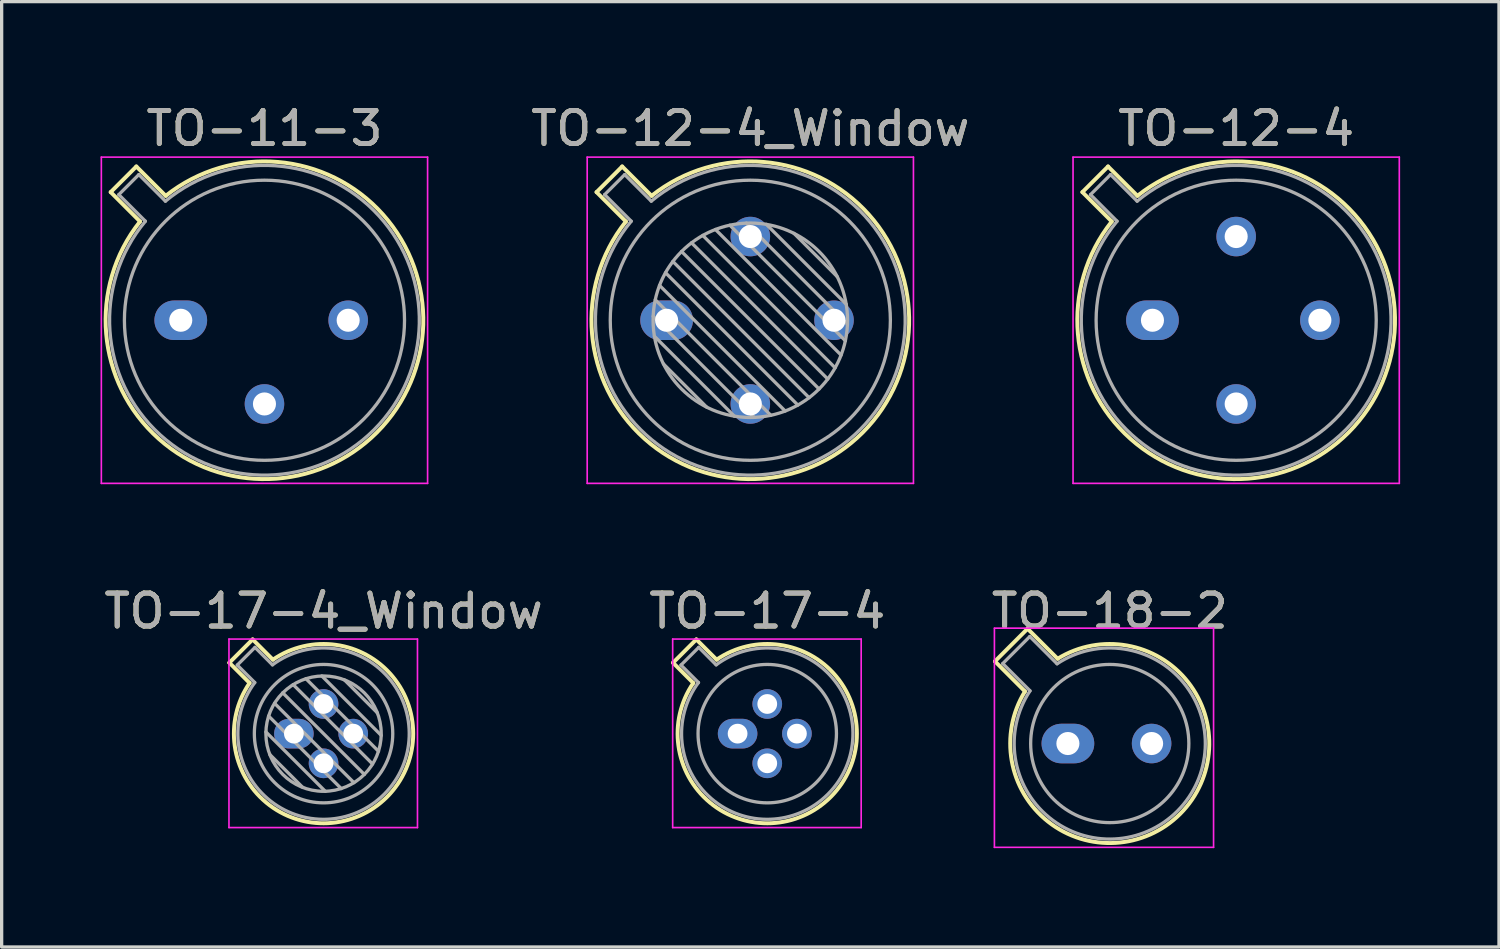
<source format=kicad_pcb>
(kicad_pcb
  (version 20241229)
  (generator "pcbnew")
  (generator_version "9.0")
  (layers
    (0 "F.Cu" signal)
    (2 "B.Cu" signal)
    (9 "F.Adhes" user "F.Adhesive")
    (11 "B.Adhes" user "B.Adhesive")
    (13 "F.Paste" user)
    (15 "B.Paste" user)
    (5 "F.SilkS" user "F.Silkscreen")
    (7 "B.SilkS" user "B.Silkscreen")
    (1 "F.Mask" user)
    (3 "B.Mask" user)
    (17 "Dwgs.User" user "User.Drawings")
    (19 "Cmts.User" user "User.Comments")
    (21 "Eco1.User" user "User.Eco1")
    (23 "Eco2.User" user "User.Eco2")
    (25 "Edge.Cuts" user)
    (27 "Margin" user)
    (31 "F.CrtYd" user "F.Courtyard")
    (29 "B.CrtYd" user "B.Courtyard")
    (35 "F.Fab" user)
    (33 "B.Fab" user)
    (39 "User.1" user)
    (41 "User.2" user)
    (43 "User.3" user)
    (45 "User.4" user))
  (footprint "TO-11-3"
    (layer "F.Cu")
    (at 2.435 6.668)
    (property "Reference" "TO-11-3" (at 2.54 -5.82 0) (layer "F.SilkS") (effects (font (size 1 1) (thickness 0.15))))
    (attr through_hole)
    (fp_line (start -2.126 -3.888) (end -1.235 -2.997) (stroke (width 0.12) (type solid)) (layer "F.SilkS"))
    (fp_line (start -1.348 -4.666) (end -2.126 -3.888) (stroke (width 0.12) (type solid)) (layer "F.SilkS"))
    (fp_line (start -0.457 -3.775) (end -1.348 -4.666) (stroke (width 0.12) (type solid)) (layer "F.SilkS"))
    (fp_arc (start -0.457084 -3.774902) (mid 5.948125 3.408384) (end -1.234674 -2.997371) (stroke (width 0.12) (type solid)) (layer "F.SilkS"))
    (fp_line (start -2.41 -4.95) (end -2.41 4.95) (stroke (width 0.05) (type solid)) (layer "F.CrtYd"))
    (fp_line (start -2.41 4.95) (end 7.49 4.95) (stroke (width 0.05) (type solid)) (layer "F.CrtYd"))
    (fp_line (start 7.49 -4.95) (end -2.41 -4.95) (stroke (width 0.05) (type solid)) (layer "F.CrtYd"))
    (fp_line (start 7.49 4.95) (end 7.49 -4.95) (stroke (width 0.05) (type solid)) (layer "F.CrtYd"))
    (fp_line (start -1.88 -3.812) (end -1.074 -3.005) (stroke (width 0.1) (type solid)) (layer "F.Fab"))
    (fp_line (start -1.272 -4.42) (end -1.88 -3.812) (stroke (width 0.1) (type solid)) (layer "F.Fab"))
    (fp_line (start -0.465 -3.614) (end -1.272 -4.42) (stroke (width 0.1) (type solid)) (layer "F.Fab"))
    (fp_arc (start -0.465408 -3.61352) (mid 5.863443 3.323361) (end -1.073594 -3.005319) (stroke (width 0.1) (type solid)) (layer "F.Fab"))
    (fp_circle (center 2.54 0) (end 6.79 0) (stroke (width 0.1) (type solid)) (fill no) (layer "F.Fab"))
    (fp_text user "${REFERENCE}" (at 2.54 -5.82 0) (layer "F.Fab") (effects (font (size 1 1) (thickness 0.15))))
    (pad "1" thru_hole oval (at 0 0) (size 1.6 1.2) (drill 0.7) (layers "*.Cu" "*.Mask"))
    (pad "2" thru_hole oval (at 2.54 2.54) (size 1.2 1.2) (drill 0.7) (layers "*.Cu" "*.Mask"))
    (pad "3" thru_hole oval (at 5.08 0) (size 1.2 1.2) (drill 0.7) (layers "*.Cu" "*.Mask")))
  (footprint "TO-12-4_Window"
    (layer "F.Cu")
    (at 17.178 6.668)
    (property "Reference" "TO-12-4_Window" (at 2.54 -5.82 0) (layer "F.SilkS") (effects (font (size 1 1) (thickness 0.15))))
    (attr through_hole)
    (fp_line (start -2.126 -3.888) (end -1.235 -2.997) (stroke (width 0.12) (type solid)) (layer "F.SilkS"))
    (fp_line (start -1.348 -4.666) (end -2.126 -3.888) (stroke (width 0.12) (type solid)) (layer "F.SilkS"))
    (fp_line (start -0.457 -3.775) (end -1.348 -4.666) (stroke (width 0.12) (type solid)) (layer "F.SilkS"))
    (fp_arc (start -0.457084 -3.774902) (mid 5.948125 3.408384) (end -1.234674 -2.997371) (stroke (width 0.12) (type solid)) (layer "F.SilkS"))
    (fp_line (start -2.41 -4.95) (end -2.41 4.95) (stroke (width 0.05) (type solid)) (layer "F.CrtYd"))
    (fp_line (start -2.41 4.95) (end 7.49 4.95) (stroke (width 0.05) (type solid)) (layer "F.CrtYd"))
    (fp_line (start 7.49 -4.95) (end -2.41 -4.95) (stroke (width 0.05) (type solid)) (layer "F.CrtYd"))
    (fp_line (start 7.49 4.95) (end 7.49 -4.95) (stroke (width 0.05) (type solid)) (layer "F.CrtYd"))
    (fp_line (start -1.88 -3.812) (end -1.074 -3.005) (stroke (width 0.1) (type solid)) (layer "F.Fab"))
    (fp_line (start -1.272 -4.42) (end -1.88 -3.812) (stroke (width 0.1) (type solid)) (layer "F.Fab"))
    (fp_line (start -0.465 -3.614) (end -1.272 -4.42) (stroke (width 0.1) (type solid)) (layer "F.Fab"))
    (fp_line (start -0.408 -0.12) (end 2.66 2.948) (stroke (width 0.1) (type solid)) (layer "F.Fab"))
    (fp_line (start -0.371 0.485) (end 2.055 2.911) (stroke (width 0.1) (type solid)) (layer "F.Fab"))
    (fp_line (start -0.344 -0.622) (end 3.162 2.884) (stroke (width 0.1) (type solid)) (layer "F.Fab"))
    (fp_line (start -0.215 -1.058) (end 3.598 2.755) (stroke (width 0.1) (type solid)) (layer "F.Fab"))
    (fp_line (start -0.097 1.324) (end 1.216 2.637) (stroke (width 0.1) (type solid)) (layer "F.Fab"))
    (fp_line (start -0.034 -1.443) (end 3.983 2.574) (stroke (width 0.1) (type solid)) (layer "F.Fab"))
    (fp_line (start 0.19 -1.784) (end 4.324 2.35) (stroke (width 0.1) (type solid)) (layer "F.Fab"))
    (fp_line (start 0.454 -2.086) (end 4.626 2.086) (stroke (width 0.1) (type solid)) (layer "F.Fab"))
    (fp_line (start 0.756 -2.35) (end 4.89 1.784) (stroke (width 0.1) (type solid)) (layer "F.Fab"))
    (fp_line (start 1.097 -2.574) (end 5.114 1.443) (stroke (width 0.1) (type solid)) (layer "F.Fab"))
    (fp_line (start 1.482 -2.755) (end 5.295 1.058) (stroke (width 0.1) (type solid)) (layer "F.Fab"))
    (fp_line (start 1.918 -2.884) (end 5.424 0.622) (stroke (width 0.1) (type solid)) (layer "F.Fab"))
    (fp_line (start 2.42 -2.948) (end 5.488 0.12) (stroke (width 0.1) (type solid)) (layer "F.Fab"))
    (fp_line (start 3.025 -2.911) (end 5.451 -0.485) (stroke (width 0.1) (type solid)) (layer "F.Fab"))
    (fp_line (start 3.864 -2.637) (end 5.177 -1.324) (stroke (width 0.1) (type solid)) (layer "F.Fab"))
    (fp_arc (start -0.465408 -3.61352) (mid 5.863443 3.323361) (end -1.073594 -3.005319) (stroke (width 0.1) (type solid)) (layer "F.Fab"))
    (fp_circle (center 2.54 0) (end 5.49 0) (stroke (width 0.1) (type solid)) (fill no) (layer "F.Fab"))
    (fp_circle (center 2.54 0) (end 6.79 0) (stroke (width 0.1) (type solid)) (fill no) (layer "F.Fab"))
    (fp_text user "${REFERENCE}" (at 2.54 -5.82 0) (layer "F.Fab") (effects (font (size 1 1) (thickness 0.15))))
    (pad "1" thru_hole oval (at 0 0) (size 1.6 1.2) (drill 0.7) (layers "*.Cu" "*.Mask"))
    (pad "2" thru_hole oval (at 2.54 2.54) (size 1.2 1.2) (drill 0.7) (layers "*.Cu" "*.Mask"))
    (pad "3" thru_hole oval (at 5.08 0) (size 1.2 1.2) (drill 0.7) (layers "*.Cu" "*.Mask"))
    (pad "4" thru_hole oval (at 2.54 -2.54) (size 1.2 1.2) (drill 0.7) (layers "*.Cu" "*.Mask")))
  (footprint "TO-18-2"
    (layer "F.Cu")
    (at 29.355 19.512)
    (property "Reference" "TO-18-2" (at 1.27 -4.02 0) (layer "F.SilkS") (effects (font (size 1 1) (thickness 0.15))))
    (attr through_hole)
    (fp_line (start -2.214 -2.494) (end -1.302 -1.582) (stroke (width 0.12) (type solid)) (layer "F.SilkS"))
    (fp_line (start -1.224 -3.484) (end -2.214 -2.494) (stroke (width 0.12) (type solid)) (layer "F.SilkS"))
    (fp_line (start -0.312 -2.572) (end -1.224 -3.484) (stroke (width 0.12) (type solid)) (layer "F.SilkS"))
    (fp_arc (start -0.312331 -2.572281) (mid 3.405374 2.135551) (end -1.30215 -1.582544) (stroke (width 0.12) (type solid)) (layer "F.SilkS"))
    (fp_line (start -2.23 -3.5) (end -2.23 3.15) (stroke (width 0.05) (type solid)) (layer "F.CrtYd"))
    (fp_line (start -2.23 3.15) (end 4.42 3.15) (stroke (width 0.05) (type solid)) (layer "F.CrtYd"))
    (fp_line (start 4.42 -3.5) (end -2.23 -3.5) (stroke (width 0.05) (type solid)) (layer "F.CrtYd"))
    (fp_line (start 4.42 3.15) (end 4.42 -3.5) (stroke (width 0.05) (type solid)) (layer "F.CrtYd"))
    (fp_line (start -1.977 -2.426) (end -1.149 -1.599) (stroke (width 0.1) (type solid)) (layer "F.Fab"))
    (fp_line (start -1.156 -3.247) (end -1.977 -2.426) (stroke (width 0.1) (type solid)) (layer "F.Fab"))
    (fp_line (start -0.329 -2.419) (end -1.156 -3.247) (stroke (width 0.1) (type solid)) (layer "F.Fab"))
    (fp_arc (start -0.329057 -2.419301) (mid 3.321076 2.050143) (end -1.150029 -1.597956) (stroke (width 0.1) (type solid)) (layer "F.Fab"))
    (fp_circle (center 1.27 0) (end 3.67 0) (stroke (width 0.1) (type solid)) (fill no) (layer "F.Fab"))
    (fp_text user "${REFERENCE}" (at 1.27 -4.02 0) (layer "F.Fab") (effects (font (size 1 1) (thickness 0.15))))
    (pad "1" thru_hole oval (at 0 0) (size 1.6 1.2) (drill 0.7) (layers "*.Cu" "*.Mask"))
    (pad "2" thru_hole oval (at 2.54 0) (size 1.2 1.2) (drill 0.7) (layers "*.Cu" "*.Mask")))
  (footprint "TO-17-4_Window"
    (layer "F.Cu")
    (at 5.868 19.212)
    (property "Reference" "TO-17-4_Window" (at 0.9 -3.72 0) (layer "F.SilkS") (effects (font (size 1 1) (thickness 0.15))))
    (attr through_hole)
    (fp_line (start -1.959 -2.152) (end -1.344 -1.537) (stroke (width 0.12) (type solid)) (layer "F.SilkS"))
    (fp_line (start -1.252 -2.859) (end -1.959 -2.152) (stroke (width 0.12) (type solid)) (layer "F.SilkS"))
    (fp_line (start -0.637 -2.244) (end -1.252 -2.859) (stroke (width 0.12) (type solid)) (layer "F.SilkS"))
    (fp_arc (start -0.637002 -2.244109) (mid 2.82358 1.923081) (end -1.344508 -1.536419) (stroke (width 0.12) (type solid)) (layer "F.SilkS"))
    (fp_line (start -1.97 -2.87) (end -1.97 2.85) (stroke (width 0.05) (type solid)) (layer "F.CrtYd"))
    (fp_line (start -1.97 2.85) (end 3.75 2.85) (stroke (width 0.05) (type solid)) (layer "F.CrtYd"))
    (fp_line (start 3.75 -2.87) (end -1.97 -2.87) (stroke (width 0.05) (type solid)) (layer "F.CrtYd"))
    (fp_line (start 3.75 2.85) (end 3.75 -2.87) (stroke (width 0.05) (type solid)) (layer "F.CrtYd"))
    (fp_line (start -1.718 -2.08) (end -1.187 -1.55) (stroke (width 0.1) (type solid)) (layer "F.Fab"))
    (fp_line (start -1.18 -2.618) (end -1.718 -2.08) (stroke (width 0.1) (type solid)) (layer "F.Fab"))
    (fp_line (start -0.85 -0.053) (end 0.953 1.75) (stroke (width 0.1) (type solid)) (layer "F.Fab"))
    (fp_line (start -0.767 -0.535) (end 1.435 1.667) (stroke (width 0.1) (type solid)) (layer "F.Fab"))
    (fp_line (start -0.733 0.631) (end 0.269 1.633) (stroke (width 0.1) (type solid)) (layer "F.Fab"))
    (fp_line (start -0.65 -2.087) (end -1.18 -2.618) (stroke (width 0.1) (type solid)) (layer "F.Fab"))
    (fp_line (start -0.588 -0.922) (end 1.822 1.488) (stroke (width 0.1) (type solid)) (layer "F.Fab"))
    (fp_line (start -0.338 -1.238) (end 2.138 1.238) (stroke (width 0.1) (type solid)) (layer "F.Fab"))
    (fp_line (start -0.022 -1.488) (end 2.388 0.922) (stroke (width 0.1) (type solid)) (layer "F.Fab"))
    (fp_line (start 0.365 -1.667) (end 2.567 0.535) (stroke (width 0.1) (type solid)) (layer "F.Fab"))
    (fp_line (start 0.847 -1.75) (end 2.65 0.053) (stroke (width 0.1) (type solid)) (layer "F.Fab"))
    (fp_line (start 1.531 -1.633) (end 2.533 -0.631) (stroke (width 0.1) (type solid)) (layer "F.Fab"))
    (fp_arc (start -0.650035 -2.087436) (mid 2.738346 1.838609) (end -1.187214 -1.550334) (stroke (width 0.1) (type solid)) (layer "F.Fab"))
    (fp_circle (center 0.9 0) (end 2.65 0) (stroke (width 0.1) (type solid)) (fill no) (layer "F.Fab"))
    (fp_circle (center 0.9 0) (end 3 0) (stroke (width 0.1) (type solid)) (fill no) (layer "F.Fab"))
    (fp_text user "${REFERENCE}" (at 0.9 -3.72 0) (layer "F.Fab") (effects (font (size 1 1) (thickness 0.15))))
    (pad "1" thru_hole oval (at 0 0) (size 1.2 0.9) (drill 0.6) (layers "*.Cu" "*.Mask"))
    (pad "2" thru_hole oval (at 0.9 0.9) (size 0.9 0.9) (drill 0.6) (layers "*.Cu" "*.Mask"))
    (pad "3" thru_hole oval (at 1.8 0) (size 0.9 0.9) (drill 0.6) (layers "*.Cu" "*.Mask"))
    (pad "4" thru_hole oval (at 0.9 -0.9) (size 0.9 0.9) (drill 0.6) (layers "*.Cu" "*.Mask")))
  (footprint "TO-12-4"
    (layer "F.Cu")
    (at 31.921 6.668)
    (property "Reference" "TO-12-4" (at 2.54 -5.82 0) (layer "F.SilkS") (effects (font (size 1 1) (thickness 0.15))))
    (attr through_hole)
    (fp_line (start -2.126 -3.888) (end -1.235 -2.997) (stroke (width 0.12) (type solid)) (layer "F.SilkS"))
    (fp_line (start -1.348 -4.666) (end -2.126 -3.888) (stroke (width 0.12) (type solid)) (layer "F.SilkS"))
    (fp_line (start -0.457 -3.775) (end -1.348 -4.666) (stroke (width 0.12) (type solid)) (layer "F.SilkS"))
    (fp_arc (start -0.457084 -3.774902) (mid 5.948125 3.408384) (end -1.234674 -2.997371) (stroke (width 0.12) (type solid)) (layer "F.SilkS"))
    (fp_line (start -2.41 -4.95) (end -2.41 4.95) (stroke (width 0.05) (type solid)) (layer "F.CrtYd"))
    (fp_line (start -2.41 4.95) (end 7.49 4.95) (stroke (width 0.05) (type solid)) (layer "F.CrtYd"))
    (fp_line (start 7.49 -4.95) (end -2.41 -4.95) (stroke (width 0.05) (type solid)) (layer "F.CrtYd"))
    (fp_line (start 7.49 4.95) (end 7.49 -4.95) (stroke (width 0.05) (type solid)) (layer "F.CrtYd"))
    (fp_line (start -1.88 -3.812) (end -1.074 -3.005) (stroke (width 0.1) (type solid)) (layer "F.Fab"))
    (fp_line (start -1.272 -4.42) (end -1.88 -3.812) (stroke (width 0.1) (type solid)) (layer "F.Fab"))
    (fp_line (start -0.465 -3.614) (end -1.272 -4.42) (stroke (width 0.1) (type solid)) (layer "F.Fab"))
    (fp_arc (start -0.465408 -3.61352) (mid 5.863443 3.323361) (end -1.073594 -3.005319) (stroke (width 0.1) (type solid)) (layer "F.Fab"))
    (fp_circle (center 2.54 0) (end 6.79 0) (stroke (width 0.1) (type solid)) (fill no) (layer "F.Fab"))
    (fp_text user "${REFERENCE}" (at 2.54 -5.82 0) (layer "F.Fab") (effects (font (size 1 1) (thickness 0.15))))
    (pad "1" thru_hole oval (at 0 0) (size 1.6 1.2) (drill 0.7) (layers "*.Cu" "*.Mask"))
    (pad "2" thru_hole oval (at 2.54 2.54) (size 1.2 1.2) (drill 0.7) (layers "*.Cu" "*.Mask"))
    (pad "3" thru_hole oval (at 5.08 0) (size 1.2 1.2) (drill 0.7) (layers "*.Cu" "*.Mask"))
    (pad "4" thru_hole oval (at 2.54 -2.54) (size 1.2 1.2) (drill 0.7) (layers "*.Cu" "*.Mask")))
  (footprint "TO-17-4"
    (layer "F.Cu")
    (at 19.332 19.212)
    (property "Reference" "TO-17-4" (at 0.9 -3.72 0) (layer "F.SilkS") (effects (font (size 1 1) (thickness 0.15))))
    (attr through_hole)
    (fp_line (start -1.959 -2.152) (end -1.344 -1.537) (stroke (width 0.12) (type solid)) (layer "F.SilkS"))
    (fp_line (start -1.252 -2.859) (end -1.959 -2.152) (stroke (width 0.12) (type solid)) (layer "F.SilkS"))
    (fp_line (start -0.637 -2.244) (end -1.252 -2.859) (stroke (width 0.12) (type solid)) (layer "F.SilkS"))
    (fp_arc (start -0.637002 -2.244109) (mid 2.82358 1.923081) (end -1.344508 -1.536419) (stroke (width 0.12) (type solid)) (layer "F.SilkS"))
    (fp_line (start -1.97 -2.87) (end -1.97 2.85) (stroke (width 0.05) (type solid)) (layer "F.CrtYd"))
    (fp_line (start -1.97 2.85) (end 3.75 2.85) (stroke (width 0.05) (type solid)) (layer "F.CrtYd"))
    (fp_line (start 3.75 -2.87) (end -1.97 -2.87) (stroke (width 0.05) (type solid)) (layer "F.CrtYd"))
    (fp_line (start 3.75 2.85) (end 3.75 -2.87) (stroke (width 0.05) (type solid)) (layer "F.CrtYd"))
    (fp_line (start -1.718 -2.08) (end -1.187 -1.55) (stroke (width 0.1) (type solid)) (layer "F.Fab"))
    (fp_line (start -1.18 -2.618) (end -1.718 -2.08) (stroke (width 0.1) (type solid)) (layer "F.Fab"))
    (fp_line (start -0.65 -2.087) (end -1.18 -2.618) (stroke (width 0.1) (type solid)) (layer "F.Fab"))
    (fp_arc (start -0.650035 -2.087436) (mid 2.738346 1.838609) (end -1.187214 -1.550334) (stroke (width 0.1) (type solid)) (layer "F.Fab"))
    (fp_circle (center 0.9 0) (end 3 0) (stroke (width 0.1) (type solid)) (fill no) (layer "F.Fab"))
    (fp_text user "${REFERENCE}" (at 0.9 -3.72 0) (layer "F.Fab") (effects (font (size 1 1) (thickness 0.15))))
    (pad "1" thru_hole oval (at 0 0) (size 1.2 0.9) (drill 0.6) (layers "*.Cu" "*.Mask"))
    (pad "2" thru_hole oval (at 0.9 0.9) (size 0.9 0.9) (drill 0.6) (layers "*.Cu" "*.Mask"))
    (pad "3" thru_hole oval (at 1.8 0) (size 0.9 0.9) (drill 0.6) (layers "*.Cu" "*.Mask"))
    (pad "4" thru_hole oval (at 0.9 -0.9) (size 0.9 0.9) (drill 0.6) (layers "*.Cu" "*.Mask")))
  (gr_rect
    (start -3 -3)
    (end 42.436 25.686)
    (stroke (width 0.1) (type default))
    (fill no)
    (layer "Edge.Cuts")))
</source>
